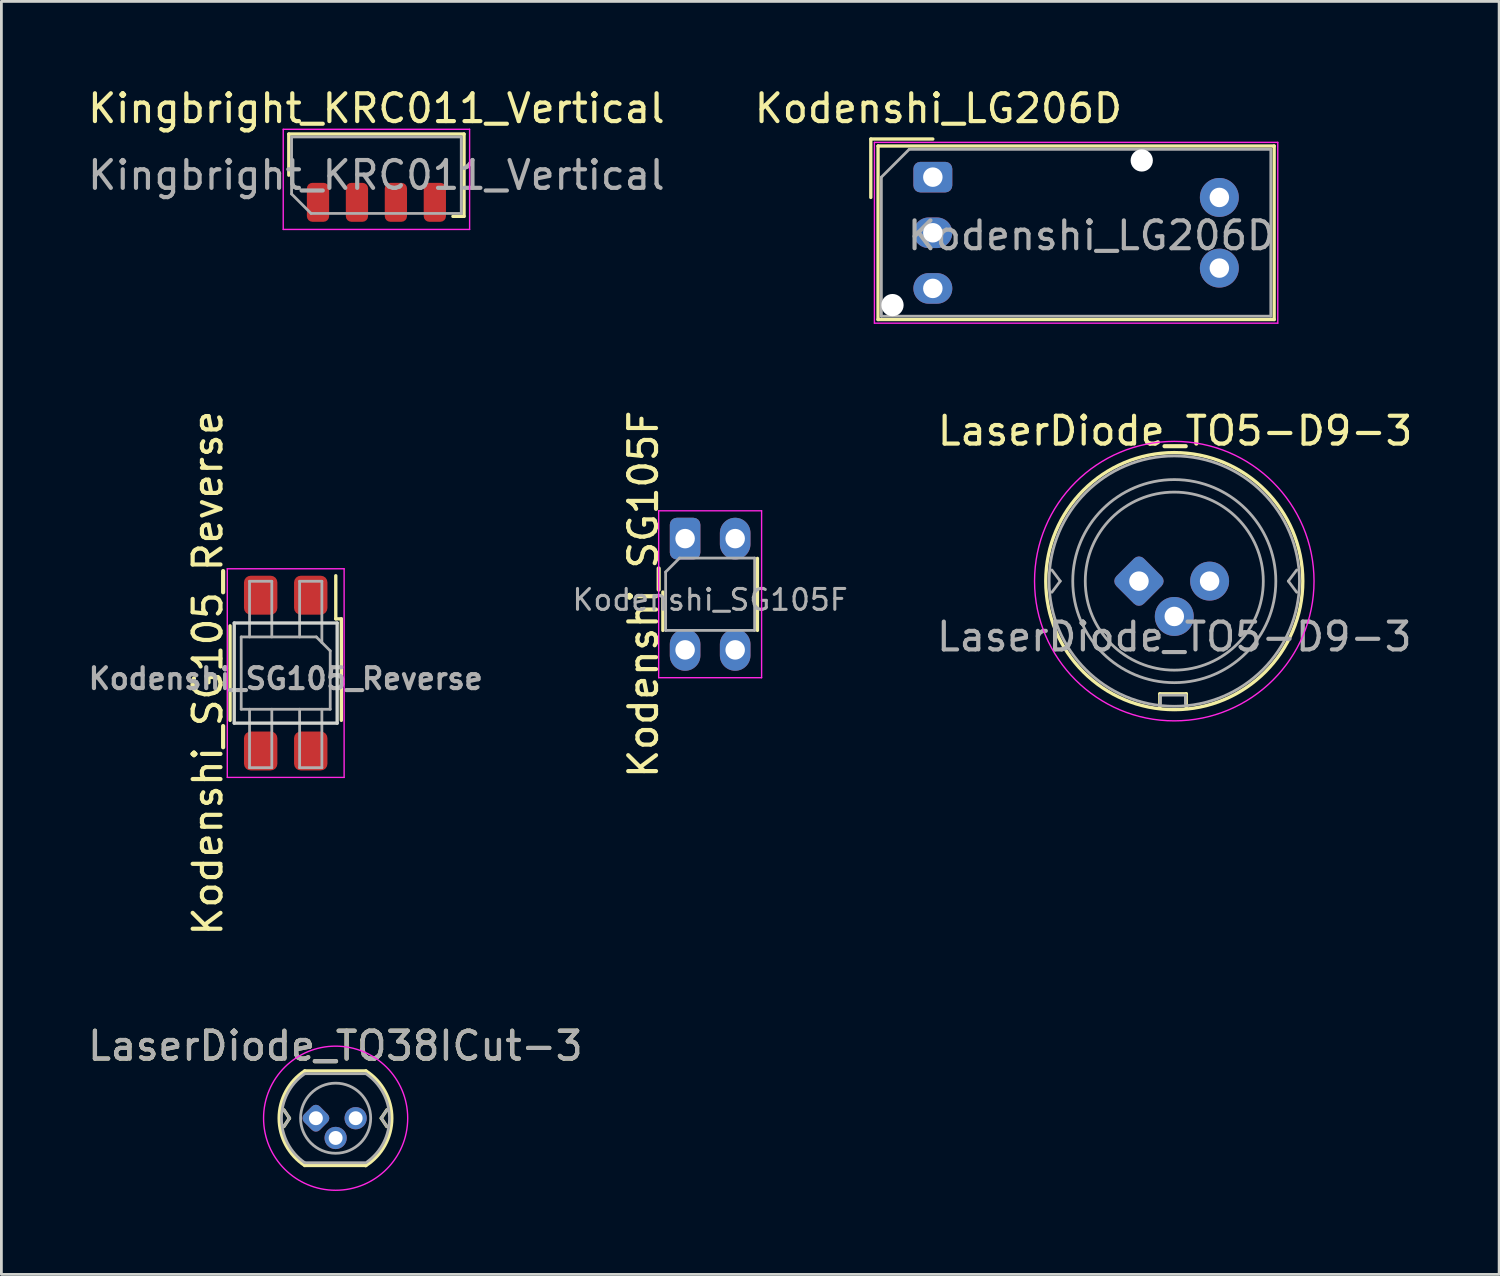
<source format=kicad_pcb>
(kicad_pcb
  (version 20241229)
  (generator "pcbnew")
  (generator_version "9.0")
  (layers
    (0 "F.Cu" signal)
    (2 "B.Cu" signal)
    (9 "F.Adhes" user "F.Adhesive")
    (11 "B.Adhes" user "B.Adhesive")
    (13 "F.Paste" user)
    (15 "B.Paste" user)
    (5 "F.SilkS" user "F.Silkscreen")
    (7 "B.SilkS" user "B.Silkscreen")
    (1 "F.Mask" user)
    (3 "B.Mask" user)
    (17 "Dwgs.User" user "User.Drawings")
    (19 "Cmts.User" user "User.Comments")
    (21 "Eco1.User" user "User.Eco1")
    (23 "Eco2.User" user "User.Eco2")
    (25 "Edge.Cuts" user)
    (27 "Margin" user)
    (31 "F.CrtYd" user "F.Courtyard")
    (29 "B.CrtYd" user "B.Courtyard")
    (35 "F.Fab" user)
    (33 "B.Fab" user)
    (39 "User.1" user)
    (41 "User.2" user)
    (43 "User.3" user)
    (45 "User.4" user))
  (footprint "LaserDiode_TO5-D9-3"
    (layer "F.Cu")
    (at 37.895 17.841)
    (property "Reference" "LaserDiode_TO5-D9-3" (at 1.3 -5.4 0) (layer "F.SilkS") (effects (font (size 1 1) (thickness 0.15))))
    (attr through_hole)
    (fp_line (start 0.75 4.05) (end 1.7 4.05) (stroke (width 0.12) (type solid)) (layer "F.SilkS"))
    (fp_line (start 0.75 4.55) (end 0.75 4.05) (stroke (width 0.12) (type solid)) (layer "F.SilkS"))
    (fp_line (start 1.7 4.05) (end 1.7 4.55) (stroke (width 0.12) (type solid)) (layer "F.SilkS"))
    (fp_circle (center 1.27 0) (end -3.35 0) (stroke (width 0.12) (type solid)) (fill no) (layer "F.SilkS"))
    (fp_circle (center 1.27 0) (end 5.4 2.86) (stroke (width 0.05) (type solid)) (fill no) (layer "F.CrtYd"))
    (fp_line (start -2.83 0) (end -3.13 -0.4) (stroke (width 0.1) (type solid)) (layer "F.Fab"))
    (fp_line (start -2.83 0) (end -3.13 0.4) (stroke (width 0.1) (type solid)) (layer "F.Fab"))
    (fp_line (start 0.77 4.1) (end 1.67 4.1) (stroke (width 0.1) (type solid)) (layer "F.Fab"))
    (fp_line (start 0.77 4.4) (end 0.77 4.1) (stroke (width 0.1) (type solid)) (layer "F.Fab"))
    (fp_line (start 1.67 4.1) (end 1.67 4.4) (stroke (width 0.1) (type solid)) (layer "F.Fab"))
    (fp_line (start 5.37 0) (end 5.67 0.4) (stroke (width 0.1) (type solid)) (layer "F.Fab"))
    (fp_line (start 5.67 -0.4) (end 5.37 0) (stroke (width 0.1) (type solid)) (layer "F.Fab"))
    (fp_circle (center 1.27 0) (end -3.23 0) (stroke (width 0.1) (type solid)) (fill no) (layer "F.Fab"))
    (fp_circle (center 1.27 0) (end 4.47 0) (stroke (width 0.1) (type solid)) (fill no) (layer "F.Fab"))
    (fp_circle (center 1.27 0) (end 4.92 0) (stroke (width 0.1) (type solid)) (fill no) (layer "F.Fab"))
    (fp_text user "${REFERENCE}" (at 1.27 2 0) (layer "F.Fab") (effects (font (size 1 1) (thickness 0.15))))
    (pad "1" thru_hole roundrect (at 0 0 45) (size 1.4 1.4) (drill 0.7) (layers "*.Cu" "*.Mask") (roundrect_rratio 0.178))
    (pad "2" thru_hole circle (at 1.27 1.27) (size 1.4 1.4) (drill 0.7) (layers "*.Cu" "*.Mask"))
    (pad "3" thru_hole circle (at 2.54 0) (size 1.4 1.4) (drill 0.7) (layers "*.Cu" "*.Mask")))
  (footprint "LaserDiode_TO38ICut-3"
    (layer "F.Cu")
    (at 8.306 37.149)
    (property "Reference" "LaserDiode_TO38ICut-3" (at 0.7 -2.6 0) (layer "F.SilkS") (effects (font (size 1 1) (thickness 0.15))))
    (attr through_hole)
    (fp_line (start -1.15 -0.3) (end -0.95 0) (stroke (width 0.12) (type solid)) (layer "F.SilkS"))
    (fp_line (start -0.95 0) (end -1.15 0.3) (stroke (width 0.12) (type solid)) (layer "F.SilkS"))
    (fp_line (start -0.4 1.7) (end 1.8 1.7) (stroke (width 0.12) (type solid)) (layer "F.SilkS"))
    (fp_line (start 1.8 -1.7) (end -0.4 -1.7) (stroke (width 0.12) (type solid)) (layer "F.SilkS"))
    (fp_line (start 2.35 0) (end 2.55 0.3) (stroke (width 0.12) (type solid)) (layer "F.SilkS"))
    (fp_line (start 2.55 -0.3) (end 2.35 0) (stroke (width 0.12) (type solid)) (layer "F.SilkS"))
    (fp_arc (start -0.4 1.7) (mid -1.320296 0) (end -0.4 -1.7) (stroke (width 0.12) (type solid)) (layer "F.SilkS"))
    (fp_arc (start 1.8 -1.7) (mid 2.729422 0.005888) (end 1.790069 1.706327) (stroke (width 0.12) (type solid)) (layer "F.SilkS"))
    (fp_circle (center 0.71 0) (end 3.1 1) (stroke (width 0.05) (type solid)) (fill no) (layer "F.CrtYd"))
    (fp_line (start -1.15 -0.3) (end -0.95 0) (stroke (width 0.1) (type solid)) (layer "F.Fab"))
    (fp_line (start -0.95 0) (end -1.15 0.3) (stroke (width 0.1) (type solid)) (layer "F.Fab"))
    (fp_line (start -0.4 1.6) (end 1.8 1.6) (stroke (width 0.1) (type solid)) (layer "F.Fab"))
    (fp_line (start 1.8 -1.6) (end -0.4 -1.6) (stroke (width 0.1) (type solid)) (layer "F.Fab"))
    (fp_line (start 2.35 0) (end 2.55 0.3) (stroke (width 0.1) (type solid)) (layer "F.Fab"))
    (fp_line (start 2.55 -0.3) (end 2.35 0) (stroke (width 0.1) (type solid)) (layer "F.Fab"))
    (fp_arc (start -0.4 1.6) (mid -1.237313 0.008464) (end -0.413866 -1.590291) (stroke (width 0.1) (type solid)) (layer "F.Fab"))
    (fp_arc (start 1.8 -1.6) (mid 2.645842 -0.024847) (end 1.840706 1.571497) (stroke (width 0.1) (type solid)) (layer "F.Fab"))
    (fp_circle (center 0.71 0) (end 1.97 0) (stroke (width 0.1) (type solid)) (fill no) (layer "F.Fab"))
    (fp_text user "${REFERENCE}" (at 0.7 -2.6 0) (layer "F.Fab") (effects (font (size 1 1) (thickness 0.15))))
    (pad "1" thru_hole roundrect (at 0 0 45) (size 0.8 0.8) (drill 0.5) (layers "*.Cu" "*.Mask") (roundrect_rratio 0.25))
    (pad "2" thru_hole circle (at 0.71 0.71) (size 0.8 0.8) (drill 0.5) (layers "*.Cu" "*.Mask"))
    (pad "3" thru_hole circle (at 1.43 0) (size 0.8 0.8) (drill 0.5) (layers "*.Cu" "*.Mask")))
  (footprint "Kingbright_KRC011_Vertical"
    (layer "F.Cu")
    (at 10.482 3.248)
    (property "Reference" "Kingbright_KRC011_Vertical" (at 0 -2.4 0) (layer "F.SilkS") (effects (font (size 1 1) (thickness 0.15))))
    (attr smd)
    (fp_line (start -3.15 -1.48) (end -3.15 0) (stroke (width 0.12) (type solid)) (layer "F.SilkS"))
    (fp_line (start 3.15 -1.48) (end -3.15 -1.48) (stroke (width 0.12) (type solid)) (layer "F.SilkS"))
    (fp_line (start 3.15 -1.48) (end 3.15 1.48) (stroke (width 0.12) (type solid)) (layer "F.SilkS"))
    (fp_line (start 3.15 1.48) (end 2.75 1.48) (stroke (width 0.12) (type solid)) (layer "F.SilkS"))
    (fp_line (start -3.35 -1.65) (end -3.35 1.95) (stroke (width 0.05) (type solid)) (layer "F.CrtYd"))
    (fp_line (start -3.35 -1.65) (end 3.35 -1.65) (stroke (width 0.05) (type solid)) (layer "F.CrtYd"))
    (fp_line (start -3.35 1.95) (end 3.35 1.95) (stroke (width 0.05) (type solid)) (layer "F.CrtYd"))
    (fp_line (start 3.35 1.95) (end 3.35 -1.65) (stroke (width 0.05) (type solid)) (layer "F.CrtYd"))
    (fp_line (start -3.05 -1.375) (end 3.05 -1.375) (stroke (width 0.1) (type solid)) (layer "F.Fab"))
    (fp_line (start -3.05 0.675) (end -3.05 -1.375) (stroke (width 0.1) (type solid)) (layer "F.Fab"))
    (fp_line (start -3.05 0.675) (end -2.35 1.375) (stroke (width 0.1) (type solid)) (layer "F.Fab"))
    (fp_line (start 3.05 -1.375) (end 3.05 1.375) (stroke (width 0.1) (type solid)) (layer "F.Fab"))
    (fp_line (start 3.05 1.375) (end -2.35 1.375) (stroke (width 0.1) (type solid)) (layer "F.Fab"))
    (fp_text user "${REFERENCE}" (at 0 0 0) (layer "F.Fab") (effects (font (size 1 1) (thickness 0.15))))
    (pad "1" smd roundrect (at -2.1 0.975) (size 0.8 1.4) (layers "F.Cu" "F.Mask" "F.Paste") (roundrect_rratio 0.25))
    (pad "2" smd roundrect (at -0.7 0.975) (size 0.8 1.4) (layers "F.Cu" "F.Mask" "F.Paste") (roundrect_rratio 0.25))
    (pad "3" smd roundrect (at 0.7 0.975) (size 0.8 1.4) (layers "F.Cu" "F.Mask" "F.Paste") (roundrect_rratio 0.25))
    (pad "4" smd roundrect (at 2.1 0.975) (size 0.8 1.4) (layers "F.Cu" "F.Mask" "F.Paste") (roundrect_rratio 0.25)))
  (footprint "Kodenshi_LG206D"
    (layer "F.Cu")
    (at 30.485 3.318)
    (property "Reference" "Kodenshi_LG206D" (at 0.2 -2.47 0) (layer "F.SilkS") (effects (font (size 1 1) (thickness 0.15))))
    (attr through_hole)
    (fp_line (start -2.23 -1.37) (end 0 -1.37) (stroke (width 0.12) (type solid)) (layer "F.SilkS"))
    (fp_line (start -2.23 0.73) (end -2.23 -1.37) (stroke (width 0.12) (type solid)) (layer "F.SilkS"))
    (fp_line (start -1.97 -1.12) (end 12.27 -1.12) (stroke (width 0.12) (type solid)) (layer "F.SilkS"))
    (fp_line (start -1.97 5.12) (end -1.97 -1.12) (stroke (width 0.12) (type solid)) (layer "F.SilkS"))
    (fp_line (start 12.27 -1.12) (end 12.27 5.12) (stroke (width 0.12) (type solid)) (layer "F.SilkS"))
    (fp_line (start 12.27 5.12) (end -1.97 5.12) (stroke (width 0.12) (type solid)) (layer "F.SilkS"))
    (fp_line (start -2.1 -1.25) (end 12.4 -1.25) (stroke (width 0.05) (type solid)) (layer "F.CrtYd"))
    (fp_line (start -2.1 5.25) (end -2.1 -1.25) (stroke (width 0.05) (type solid)) (layer "F.CrtYd"))
    (fp_line (start 12.4 -1.25) (end 12.4 5.25) (stroke (width 0.05) (type solid)) (layer "F.CrtYd"))
    (fp_line (start 12.4 5.25) (end -2.1 5.25) (stroke (width 0.05) (type solid)) (layer "F.CrtYd"))
    (fp_line (start -1.85 0) (end -0.85 -1) (stroke (width 0.1) (type solid)) (layer "F.Fab"))
    (fp_line (start -1.85 5) (end -1.85 0) (stroke (width 0.1) (type solid)) (layer "F.Fab"))
    (fp_line (start -1.85 5) (end 12.15 5) (stroke (width 0.1) (type solid)) (layer "F.Fab"))
    (fp_line (start -0.85 -1) (end 12.15 -1) (stroke (width 0.1) (type solid)) (layer "F.Fab"))
    (fp_line (start 12.15 -1) (end 12.15 5) (stroke (width 0.1) (type solid)) (layer "F.Fab"))
    (fp_text user "${REFERENCE}" (at 5.7 2.1 0) (layer "F.Fab") (effects (font (size 1 1) (thickness 0.15))))
    (pad "" np_thru_hole circle (at -1.45 4.6) (size 0.8 0.8) (drill 0.8) (layers "*.Cu" "*.Mask"))
    (pad "" np_thru_hole circle (at 7.51 -0.6) (size 0.8 0.8) (drill 0.8) (layers "*.Cu" "*.Mask"))
    (pad "1" thru_hole roundrect (at 0 0) (size 1.4 1.1) (drill 0.7) (layers "*.Cu" "*.Mask") (roundrect_rratio 0.227))
    (pad "2" thru_hole oval (at 0 2) (size 1.4 1.1) (drill 0.7) (layers "*.Cu" "*.Mask"))
    (pad "3" thru_hole oval (at 0 4) (size 1.4 1.1) (drill 0.7) (layers "*.Cu" "*.Mask"))
    (pad "4" thru_hole circle (at 10.3 3.27) (size 1.4 1.4) (drill 0.7) (layers "*.Cu" "*.Mask"))
    (pad "5" thru_hole circle (at 10.3 0.73) (size 1.4 1.4) (drill 0.7) (layers "*.Cu" "*.Mask")))
  (footprint "Kodenshi_SG105F"
    (layer "F.Cu")
    (at 21.579 16.313)
    (property "Reference" "Kodenshi_SG105F" (at -1.5 2 90) (layer "F.SilkS") (effects (font (size 1 1) (thickness 0.15))))
    (attr through_hole)
    (fp_line (start -0.8 1.92) (end -0.8 3.3) (stroke (width 0.12) (type solid)) (layer "F.SilkS"))
    (fp_line (start 2.6 3.3) (end 2.6 0.71) (stroke (width 0.12) (type solid)) (layer "F.SilkS"))
    (fp_line (start -0.95 -1) (end -0.95 5) (stroke (width 0.05) (type solid)) (layer "F.CrtYd"))
    (fp_line (start -0.95 -1) (end 2.75 -1) (stroke (width 0.05) (type solid)) (layer "F.CrtYd"))
    (fp_line (start 2.75 5) (end -0.95 5) (stroke (width 0.05) (type solid)) (layer "F.CrtYd"))
    (fp_line (start 2.75 5) (end 2.75 -1) (stroke (width 0.05) (type solid)) (layer "F.CrtYd"))
    (fp_line (start -0.7 1.2) (end -0.2 0.7) (stroke (width 0.1) (type solid)) (layer "F.Fab"))
    (fp_line (start -0.7 3.3) (end -0.7 1.2) (stroke (width 0.1) (type solid)) (layer "F.Fab"))
    (fp_line (start -0.2 0.7) (end 2.5 0.7) (stroke (width 0.1) (type solid)) (layer "F.Fab"))
    (fp_line (start 2.5 0.7) (end 2.5 3.3) (stroke (width 0.1) (type solid)) (layer "F.Fab"))
    (fp_line (start 2.5 3.3) (end -0.7 3.3) (stroke (width 0.1) (type solid)) (layer "F.Fab"))
    (fp_text user "${REFERENCE}" (at 0.9 2.2 0) (layer "F.Fab") (effects (font (size 0.75 0.75) (thickness 0.11))))
    (pad "1" thru_hole roundrect (at 0 0) (size 1.1 1.5) (drill 0.7) (layers "*.Cu" "*.Mask") (roundrect_rratio 0.227))
    (pad "2" thru_hole oval (at 0 4) (size 1.1 1.5) (drill 0.7) (layers "*.Cu" "*.Mask"))
    (pad "3" thru_hole oval (at 1.8 4) (size 1.1 1.5) (drill 0.7) (layers "*.Cu" "*.Mask"))
    (pad "4" thru_hole oval (at 1.8 0) (size 1.1 1.5) (drill 0.7) (layers "*.Cu" "*.Mask")))
  (footprint "Kodenshi_SG105_Reverse"
    (layer "F.Cu")
    (at 7.221 21.147)
    (property "Reference" "Kodenshi_SG105_Reverse" (at -2.8 0 90) (layer "F.SilkS") (effects (font (size 1 1) (thickness 0.15))))
    (attr smd)
    (fp_line (start -2 1.7) (end -2 -1.7) (stroke (width 0.12) (type solid)) (layer "F.SilkS"))
    (fp_line (start 1.8 -1.95) (end 1.8 -3.5) (stroke (width 0.12) (type solid)) (layer "F.SilkS"))
    (fp_line (start 1.8 -1.95) (end 2 -1.95) (stroke (width 0.12) (type solid)) (layer "F.SilkS"))
    (fp_line (start 2 1.7) (end 2 -1.95) (stroke (width 0.12) (type solid)) (layer "F.SilkS"))
    (fp_line (start -1.85 -1.8) (end 1.85 -1.8) (stroke (width 0.12) (type solid)) (layer "Edge.Cuts"))
    (fp_line (start -1.85 1.8) (end -1.85 -1.8) (stroke (width 0.12) (type solid)) (layer "Edge.Cuts"))
    (fp_line (start 1.85 -1.8) (end 1.85 1.8) (stroke (width 0.12) (type solid)) (layer "Edge.Cuts"))
    (fp_line (start 1.85 1.8) (end -1.85 1.8) (stroke (width 0.12) (type solid)) (layer "Edge.Cuts"))
    (fp_line (start -2.1 -3.75) (end -2.1 3.75) (stroke (width 0.05) (type solid)) (layer "F.CrtYd"))
    (fp_line (start -2.1 -3.75) (end 2.1 -3.75) (stroke (width 0.05) (type solid)) (layer "F.CrtYd"))
    (fp_line (start 2.1 3.75) (end -2.1 3.75) (stroke (width 0.05) (type solid)) (layer "F.CrtYd"))
    (fp_line (start 2.1 3.75) (end 2.1 -3.75) (stroke (width 0.05) (type solid)) (layer "F.CrtYd"))
    (fp_line (start -1.6 -1.3) (end -1.6 1.3) (stroke (width 0.1) (type solid)) (layer "F.Fab"))
    (fp_line (start -1.6 1.3) (end 1.6 1.3) (stroke (width 0.1) (type solid)) (layer "F.Fab"))
    (fp_line (start -1.3 -3.3) (end -1.3 -1.3) (stroke (width 0.1) (type solid)) (layer "F.Fab"))
    (fp_line (start -1.3 -3.3) (end -0.5 -3.3) (stroke (width 0.1) (type solid)) (layer "F.Fab"))
    (fp_line (start -1.3 3.4) (end -1.3 1.3) (stroke (width 0.1) (type solid)) (layer "F.Fab"))
    (fp_line (start -0.5 -3.3) (end -0.5 -1.3) (stroke (width 0.1) (type solid)) (layer "F.Fab"))
    (fp_line (start -0.5 1.3) (end -0.5 3.4) (stroke (width 0.1) (type solid)) (layer "F.Fab"))
    (fp_line (start -0.5 3.4) (end -1.3 3.4) (stroke (width 0.1) (type solid)) (layer "F.Fab"))
    (fp_line (start 0.5 -3.3) (end 1.3 -3.3) (stroke (width 0.1) (type solid)) (layer "F.Fab"))
    (fp_line (start 0.5 -1.3) (end 0.5 -3.3) (stroke (width 0.1) (type solid)) (layer "F.Fab"))
    (fp_line (start 0.5 1.3) (end 0.5 3.4) (stroke (width 0.1) (type solid)) (layer "F.Fab"))
    (fp_line (start 0.5 3.4) (end 1.3 3.4) (stroke (width 0.1) (type solid)) (layer "F.Fab"))
    (fp_line (start 1.1 -1.3) (end -1.6 -1.3) (stroke (width 0.1) (type solid)) (layer "F.Fab"))
    (fp_line (start 1.3 -3.3) (end 1.3 -1.1) (stroke (width 0.1) (type solid)) (layer "F.Fab"))
    (fp_line (start 1.3 3.4) (end 1.3 1.3) (stroke (width 0.1) (type solid)) (layer "F.Fab"))
    (fp_line (start 1.6 -0.8) (end 1.1 -1.3) (stroke (width 0.1) (type solid)) (layer "F.Fab"))
    (fp_line (start 1.6 1.3) (end 1.6 -0.8) (stroke (width 0.1) (type solid)) (layer "F.Fab"))
    (fp_text user "${REFERENCE}" (at 0 0.2 0) (layer "F.Fab") (effects (font (size 0.75 0.75) (thickness 0.15))))
    (pad "1" smd roundrect (at 0.9 -2.8) (size 1.2 1.4) (layers "F.Cu" "F.Mask" "F.Paste") (roundrect_rratio 0.2))
    (pad "2" smd roundrect (at 0.9 2.8) (size 1.2 1.4) (layers "F.Cu" "F.Mask" "F.Paste") (roundrect_rratio 0.2))
    (pad "3" smd roundrect (at -0.9 2.8) (size 1.2 1.4) (layers "F.Cu" "F.Mask" "F.Paste") (roundrect_rratio 0.2))
    (pad "4" smd roundrect (at -0.9 -2.8) (size 1.2 1.4) (layers "F.Cu" "F.Mask" "F.Paste") (roundrect_rratio 0.2)))
  (gr_rect
    (start -3 -3)
    (end 50.843 42.764)
    (stroke (width 0.1) (type default))
    (fill no)
    (layer "Edge.Cuts")))
</source>
